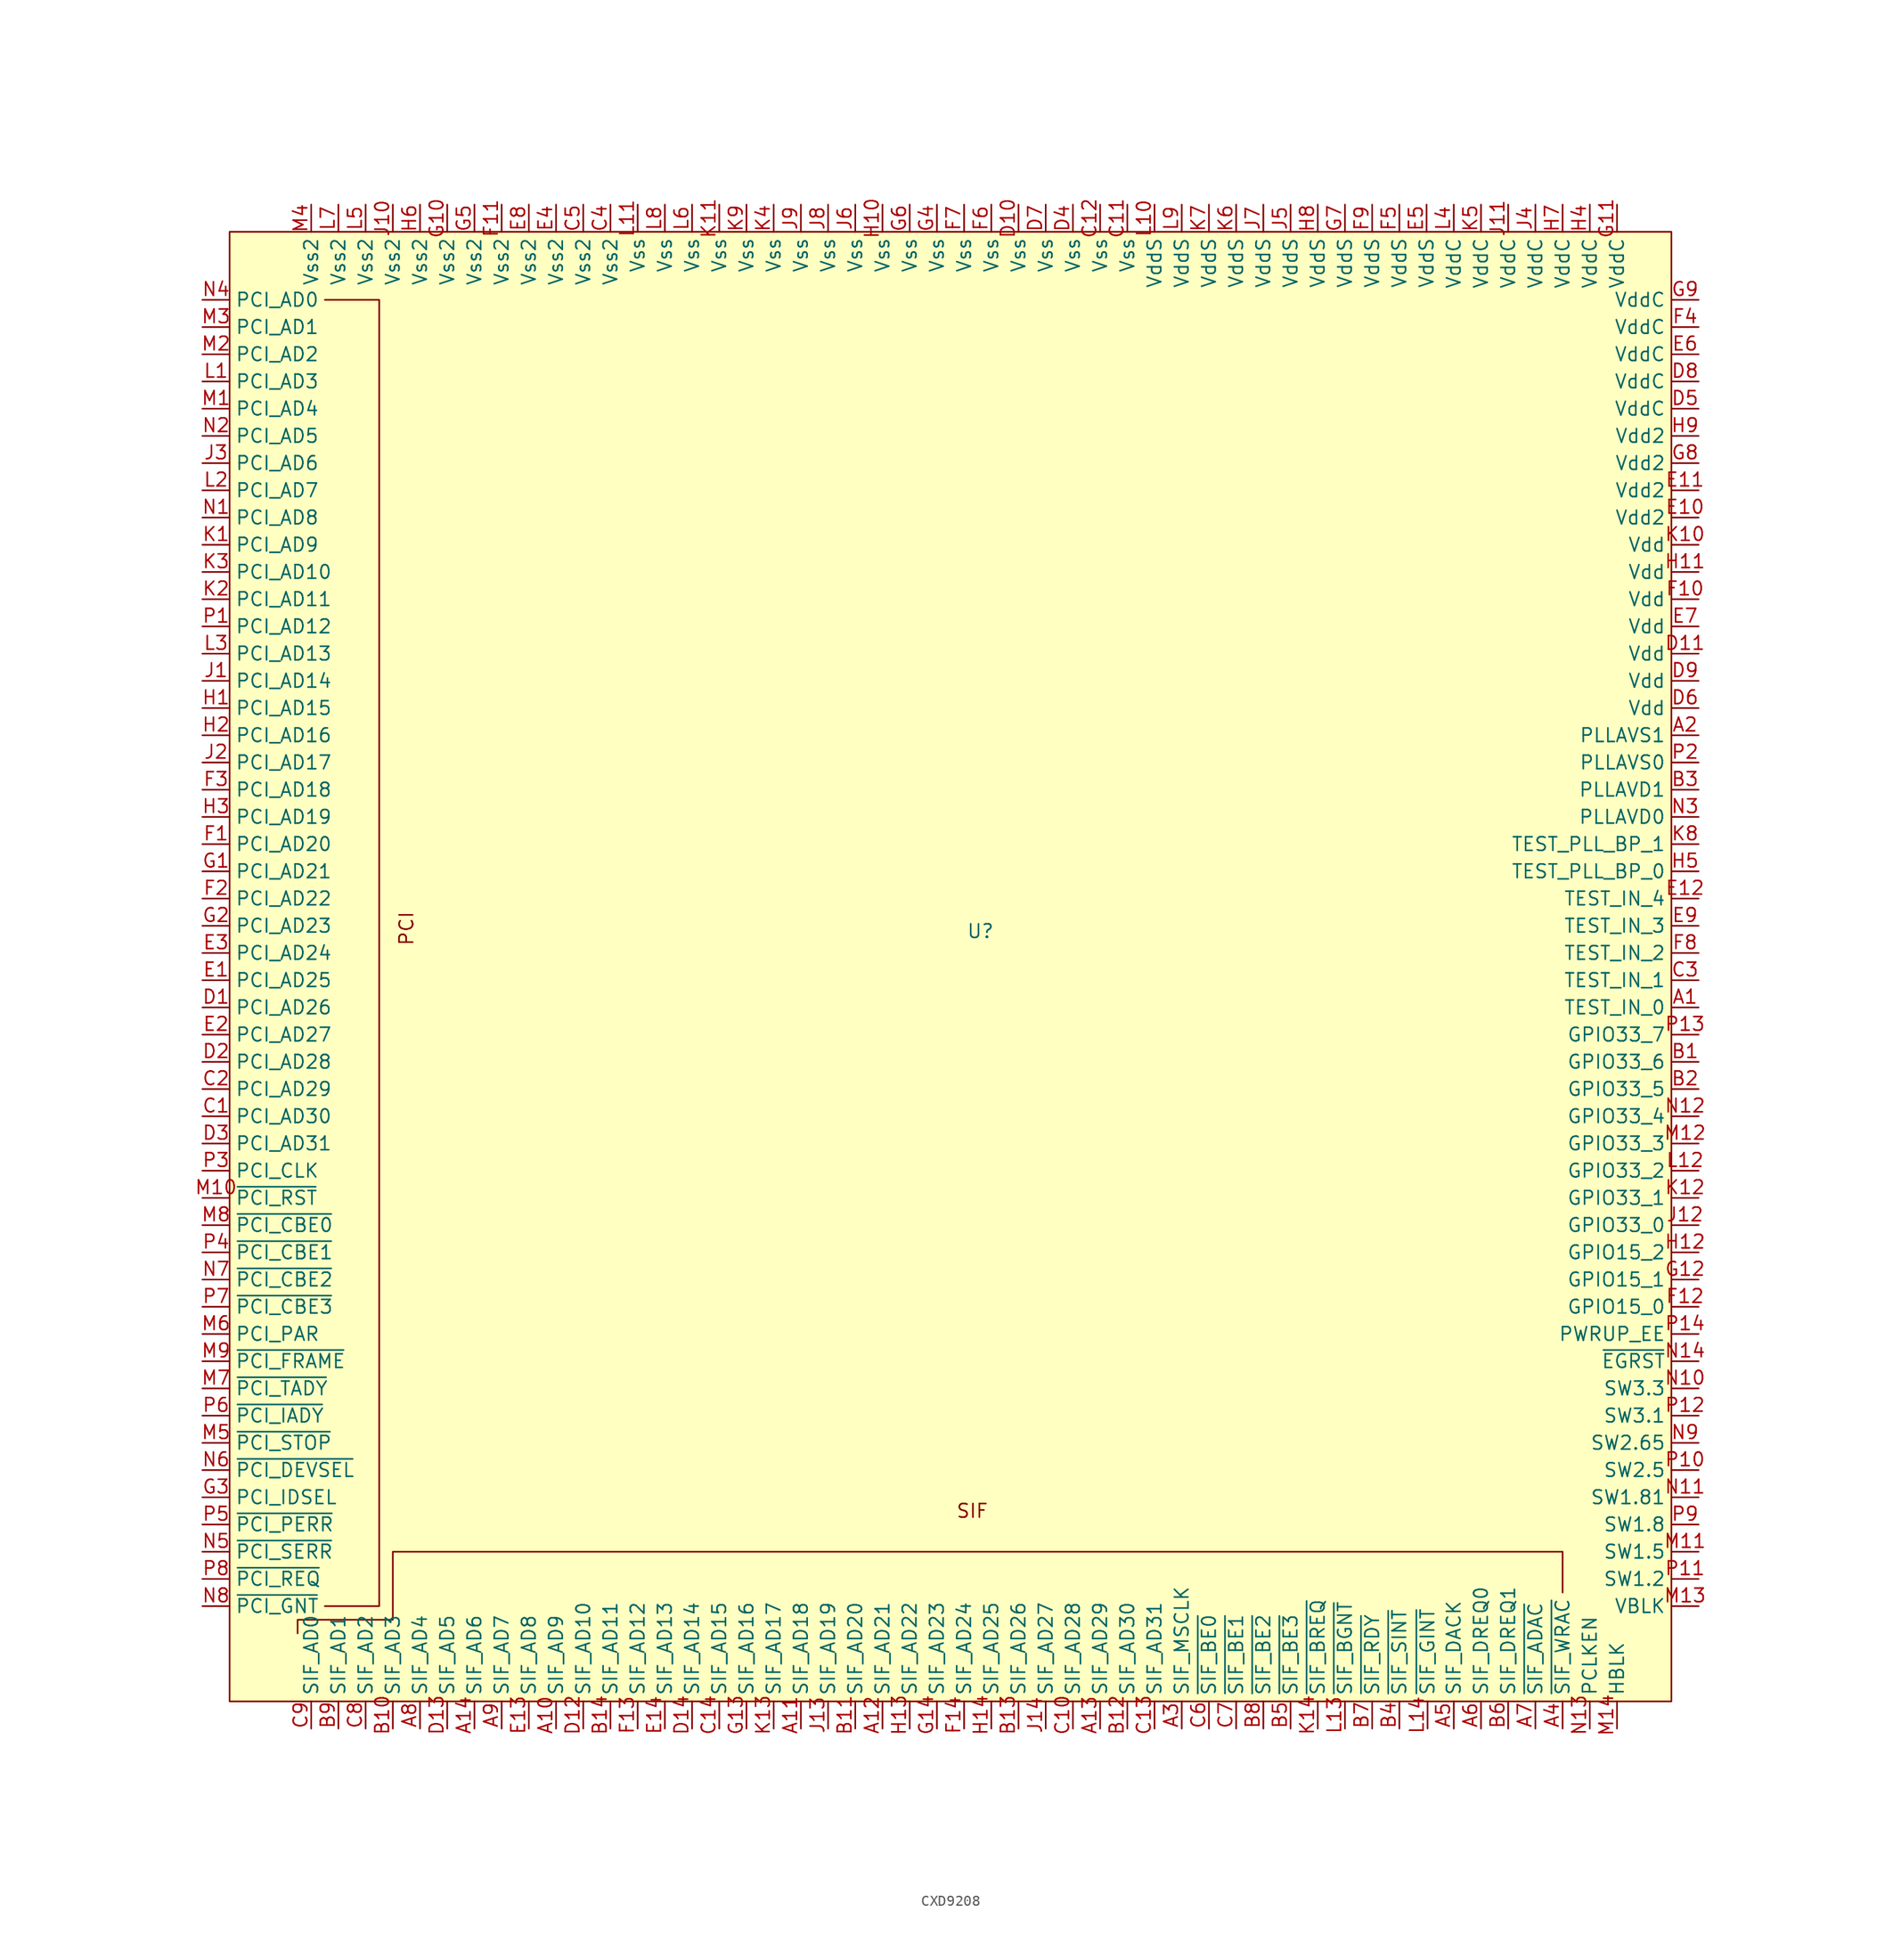
<source format=kicad_sym>
(kicad_symbol_lib
  (version 20231120)
  (generator "kicad_symbol_editor")
  (generator_version "8.0")
  (symbol "CXD9208"
    (property "Reference" "U"
      (at 0.254 -0.508 0)
      (effects (font (size 1.27 1.27))))
    (property "Value" ""
      (at -34.29 15.24 0)
      (effects (font (size 1.27 1.27))))
    (symbol "CXD9208_0_1"
      (polyline (pts (xy -60.96 58.42) (xy -55.88 58.42) (xy -55.88 -63.5) (xy -60.96 -63.5)) (stroke (width 0) (type default)) (fill (type none))))
    (symbol "CXD9208_1_1"
      (rectangle (start -69.85 64.77) (end 64.77 -72.39) (stroke (width 0) (type default)) (fill (type background)))
      (polyline (pts (xy -63.5 -66.04) (xy -63.5 -64.77) (xy -54.61 -64.77) (xy -54.61 -58.42) (xy 54.61 -58.42) (xy 54.61 -62.23)) (stroke (width 0) (type default)) (fill (type none)))
      (text "PCI" (at -53.34 -0.254 900) (effects (font (size 1.27 1.27))))
      (text "SIF" (at -0.508 -54.61 0) (effects (font (size 1.27 1.27))))
      (pin unspecified line (at 67.31 -7.62 180) (length 2.54) (name "TEST_IN_0" (effects (font (size 1.27 1.27)))) (number "A1" (effects (font (size 1.27 1.27)))))
      (pin bidirectional line (at -39.37 -74.93 90) (length 2.54) (name "SIF_AD9" (effects (font (size 1.27 1.27)))) (number "A10" (effects (font (size 1.27 1.27)))))
      (pin bidirectional line (at -16.51 -74.93 90) (length 2.54) (name "SIF_AD18" (effects (font (size 1.27 1.27)))) (number "A11" (effects (font (size 1.27 1.27)))))
      (pin bidirectional line (at -8.89 -74.93 90) (length 2.54) (name "SIF_AD21" (effects (font (size 1.27 1.27)))) (number "A12" (effects (font (size 1.27 1.27)))))
      (pin bidirectional line (at 11.43 -74.93 90) (length 2.54) (name "SIF_AD29" (effects (font (size 1.27 1.27)))) (number "A13" (effects (font (size 1.27 1.27)))))
      (pin bidirectional line (at -46.99 -74.93 90) (length 2.54) (name "SIF_AD6" (effects (font (size 1.27 1.27)))) (number "A14" (effects (font (size 1.27 1.27)))))
      (pin unspecified line (at 67.31 17.78 180) (length 2.54) (name "PLLAVS1" (effects (font (size 1.27 1.27)))) (number "A2" (effects (font (size 1.27 1.27)))))
      (pin unspecified line (at 19.05 -74.93 90) (length 2.54) (name "SIF_MSCLK" (effects (font (size 1.27 1.27)))) (number "A3" (effects (font (size 1.27 1.27)))))
      (pin unspecified line (at 54.61 -74.93 90) (length 2.54) (name "~{SIF_WRAC}" (effects (font (size 1.27 1.27)))) (number "A4" (effects (font (size 1.27 1.27)))))
      (pin unspecified line (at 44.45 -74.93 90) (length 2.54) (name "SIF_DACK" (effects (font (size 1.27 1.27)))) (number "A5" (effects (font (size 1.27 1.27)))))
      (pin unspecified line (at 46.99 -74.93 90) (length 2.54) (name "SIF_DREQ0" (effects (font (size 1.27 1.27)))) (number "A6" (effects (font (size 1.27 1.27)))))
      (pin unspecified line (at 52.07 -74.93 90) (length 2.54) (name "~{SIF_ADAC}" (effects (font (size 1.27 1.27)))) (number "A7" (effects (font (size 1.27 1.27)))))
      (pin bidirectional line (at -52.07 -74.93 90) (length 2.54) (name "SIF_AD4" (effects (font (size 1.27 1.27)))) (number "A8" (effects (font (size 1.27 1.27)))))
      (pin bidirectional line (at -44.45 -74.93 90) (length 2.54) (name "SIF_AD7" (effects (font (size 1.27 1.27)))) (number "A9" (effects (font (size 1.27 1.27)))))
      (pin unspecified line (at 67.31 -12.7 180) (length 2.54) (name "GPIO33_6" (effects (font (size 1.27 1.27)))) (number "B1" (effects (font (size 1.27 1.27)))))
      (pin bidirectional line (at -54.61 -74.93 90) (length 2.54) (name "SIF_AD3" (effects (font (size 1.27 1.27)))) (number "B10" (effects (font (size 1.27 1.27)))))
      (pin bidirectional line (at -11.43 -74.93 90) (length 2.54) (name "SIF_AD20" (effects (font (size 1.27 1.27)))) (number "B11" (effects (font (size 1.27 1.27)))))
      (pin bidirectional line (at 13.97 -74.93 90) (length 2.54) (name "SIF_AD30" (effects (font (size 1.27 1.27)))) (number "B12" (effects (font (size 1.27 1.27)))))
      (pin bidirectional line (at 3.81 -74.93 90) (length 2.54) (name "SIF_AD26" (effects (font (size 1.27 1.27)))) (number "B13" (effects (font (size 1.27 1.27)))))
      (pin bidirectional line (at -34.29 -74.93 90) (length 2.54) (name "SIF_AD11" (effects (font (size 1.27 1.27)))) (number "B14" (effects (font (size 1.27 1.27)))))
      (pin unspecified line (at 67.31 -15.24 180) (length 2.54) (name "GPIO33_5" (effects (font (size 1.27 1.27)))) (number "B2" (effects (font (size 1.27 1.27)))))
      (pin unspecified line (at 67.31 12.7 180) (length 2.54) (name "PLLAVD1" (effects (font (size 1.27 1.27)))) (number "B3" (effects (font (size 1.27 1.27)))))
      (pin unspecified line (at 39.37 -74.93 90) (length 2.54) (name "~{SIF_SINT}" (effects (font (size 1.27 1.27)))) (number "B4" (effects (font (size 1.27 1.27)))))
      (pin unspecified line (at 29.21 -74.93 90) (length 2.54) (name "~{SIF_BE3}" (effects (font (size 1.27 1.27)))) (number "B5" (effects (font (size 1.27 1.27)))))
      (pin unspecified line (at 49.53 -74.93 90) (length 2.54) (name "SIF_DREQ1" (effects (font (size 1.27 1.27)))) (number "B6" (effects (font (size 1.27 1.27)))))
      (pin unspecified line (at 36.83 -74.93 90) (length 2.54) (name "~{SIF_RDY}" (effects (font (size 1.27 1.27)))) (number "B7" (effects (font (size 1.27 1.27)))))
      (pin unspecified line (at 26.67 -74.93 90) (length 2.54) (name "~{SIF_BE2}" (effects (font (size 1.27 1.27)))) (number "B8" (effects (font (size 1.27 1.27)))))
      (pin bidirectional line (at -59.69 -74.93 90) (length 2.54) (name "SIF_AD1" (effects (font (size 1.27 1.27)))) (number "B9" (effects (font (size 1.27 1.27)))))
      (pin bidirectional line (at -72.39 -17.78 0) (length 2.54) (name "PCI_AD30" (effects (font (size 1.27 1.27)))) (number "C1" (effects (font (size 1.27 1.27)))))
      (pin bidirectional line (at 8.89 -74.93 90) (length 2.54) (name "SIF_AD28" (effects (font (size 1.27 1.27)))) (number "C10" (effects (font (size 1.27 1.27)))))
      (pin power_in line (at 13.97 67.31 270) (length 2.54) (name "Vss" (effects (font (size 1.27 1.27)))) (number "C11" (effects (font (size 1.27 1.27)))))
      (pin power_in line (at 11.43 67.31 270) (length 2.54) (name "Vss" (effects (font (size 1.27 1.27)))) (number "C12" (effects (font (size 1.27 1.27)))))
      (pin bidirectional line (at 16.51 -74.93 90) (length 2.54) (name "SIF_AD31" (effects (font (size 1.27 1.27)))) (number "C13" (effects (font (size 1.27 1.27)))))
      (pin bidirectional line (at -24.13 -74.93 90) (length 2.54) (name "SIF_AD15" (effects (font (size 1.27 1.27)))) (number "C14" (effects (font (size 1.27 1.27)))))
      (pin bidirectional line (at -72.39 -15.24 0) (length 2.54) (name "PCI_AD29" (effects (font (size 1.27 1.27)))) (number "C2" (effects (font (size 1.27 1.27)))))
      (pin unspecified line (at 67.31 -5.08 180) (length 2.54) (name "TEST_IN_1" (effects (font (size 1.27 1.27)))) (number "C3" (effects (font (size 1.27 1.27)))))
      (pin power_in line (at -34.29 67.31 270) (length 2.54) (name "Vss2" (effects (font (size 1.27 1.27)))) (number "C4" (effects (font (size 1.27 1.27)))))
      (pin power_in line (at -36.83 67.31 270) (length 2.54) (name "Vss2" (effects (font (size 1.27 1.27)))) (number "C5" (effects (font (size 1.27 1.27)))))
      (pin unspecified line (at 21.59 -74.93 90) (length 2.54) (name "~{SIF_BE0}" (effects (font (size 1.27 1.27)))) (number "C6" (effects (font (size 1.27 1.27)))))
      (pin unspecified line (at 24.13 -74.93 90) (length 2.54) (name "~{SIF_BE1}" (effects (font (size 1.27 1.27)))) (number "C7" (effects (font (size 1.27 1.27)))))
      (pin bidirectional line (at -57.15 -74.93 90) (length 2.54) (name "SIF_AD2" (effects (font (size 1.27 1.27)))) (number "C8" (effects (font (size 1.27 1.27)))))
      (pin bidirectional line (at -62.23 -74.93 90) (length 2.54) (name "SIF_AD0" (effects (font (size 1.27 1.27)))) (number "C9" (effects (font (size 1.27 1.27)))))
      (pin bidirectional line (at -72.39 -7.62 0) (length 2.54) (name "PCI_AD26" (effects (font (size 1.27 1.27)))) (number "D1" (effects (font (size 1.27 1.27)))))
      (pin power_in line (at 3.81 67.31 270) (length 2.54) (name "Vss" (effects (font (size 1.27 1.27)))) (number "D10" (effects (font (size 1.27 1.27)))))
      (pin power_in line (at 67.31 25.4 180) (length 2.54) (name "Vdd" (effects (font (size 1.27 1.27)))) (number "D11" (effects (font (size 1.27 1.27)))))
      (pin bidirectional line (at -36.83 -74.93 90) (length 2.54) (name "SIF_AD10" (effects (font (size 1.27 1.27)))) (number "D12" (effects (font (size 1.27 1.27)))))
      (pin bidirectional line (at -49.53 -74.93 90) (length 2.54) (name "SIF_AD5" (effects (font (size 1.27 1.27)))) (number "D13" (effects (font (size 1.27 1.27)))))
      (pin bidirectional line (at -26.67 -74.93 90) (length 2.54) (name "SIF_AD14" (effects (font (size 1.27 1.27)))) (number "D14" (effects (font (size 1.27 1.27)))))
      (pin bidirectional line (at -72.39 -12.7 0) (length 2.54) (name "PCI_AD28" (effects (font (size 1.27 1.27)))) (number "D2" (effects (font (size 1.27 1.27)))))
      (pin bidirectional line (at -72.39 -20.32 0) (length 2.54) (name "PCI_AD31" (effects (font (size 1.27 1.27)))) (number "D3" (effects (font (size 1.27 1.27)))))
      (pin power_in line (at 8.89 67.31 270) (length 2.54) (name "Vss" (effects (font (size 1.27 1.27)))) (number "D4" (effects (font (size 1.27 1.27)))))
      (pin power_in line (at 67.31 48.26 180) (length 2.54) (name "VddC" (effects (font (size 1.27 1.27)))) (number "D5" (effects (font (size 1.27 1.27)))))
      (pin power_in line (at 67.31 20.32 180) (length 2.54) (name "Vdd" (effects (font (size 1.27 1.27)))) (number "D6" (effects (font (size 1.27 1.27)))))
      (pin power_in line (at 6.35 67.31 270) (length 2.54) (name "Vss" (effects (font (size 1.27 1.27)))) (number "D7" (effects (font (size 1.27 1.27)))))
      (pin power_in line (at 67.31 50.8 180) (length 2.54) (name "VddC" (effects (font (size 1.27 1.27)))) (number "D8" (effects (font (size 1.27 1.27)))))
      (pin power_in line (at 67.31 22.86 180) (length 2.54) (name "Vdd" (effects (font (size 1.27 1.27)))) (number "D9" (effects (font (size 1.27 1.27)))))
      (pin bidirectional line (at -72.39 -5.08 0) (length 2.54) (name "PCI_AD25" (effects (font (size 1.27 1.27)))) (number "E1" (effects (font (size 1.27 1.27)))))
      (pin power_in line (at 67.31 38.1 180) (length 2.54) (name "Vdd2" (effects (font (size 1.27 1.27)))) (number "E10" (effects (font (size 1.27 1.27)))))
      (pin power_in line (at 67.31 40.64 180) (length 2.54) (name "Vdd2" (effects (font (size 1.27 1.27)))) (number "E11" (effects (font (size 1.27 1.27)))))
      (pin unspecified line (at 67.31 2.54 180) (length 2.54) (name "TEST_IN_4" (effects (font (size 1.27 1.27)))) (number "E12" (effects (font (size 1.27 1.27)))))
      (pin bidirectional line (at -41.91 -74.93 90) (length 2.54) (name "SIF_AD8" (effects (font (size 1.27 1.27)))) (number "E13" (effects (font (size 1.27 1.27)))))
      (pin bidirectional line (at -29.21 -74.93 90) (length 2.54) (name "SIF_AD13" (effects (font (size 1.27 1.27)))) (number "E14" (effects (font (size 1.27 1.27)))))
      (pin bidirectional line (at -72.39 -10.16 0) (length 2.54) (name "PCI_AD27" (effects (font (size 1.27 1.27)))) (number "E2" (effects (font (size 1.27 1.27)))))
      (pin bidirectional line (at -72.39 -2.54 0) (length 2.54) (name "PCI_AD24" (effects (font (size 1.27 1.27)))) (number "E3" (effects (font (size 1.27 1.27)))))
      (pin power_in line (at -39.37 67.31 270) (length 2.54) (name "Vss2" (effects (font (size 1.27 1.27)))) (number "E4" (effects (font (size 1.27 1.27)))))
      (pin power_in line (at 41.91 67.31 270) (length 2.54) (name "VddS" (effects (font (size 1.27 1.27)))) (number "E5" (effects (font (size 1.27 1.27)))))
      (pin power_in line (at 67.31 53.34 180) (length 2.54) (name "VddC" (effects (font (size 1.27 1.27)))) (number "E6" (effects (font (size 1.27 1.27)))))
      (pin power_in line (at 67.31 27.94 180) (length 2.54) (name "Vdd" (effects (font (size 1.27 1.27)))) (number "E7" (effects (font (size 1.27 1.27)))))
      (pin power_in line (at -41.91 67.31 270) (length 2.54) (name "Vss2" (effects (font (size 1.27 1.27)))) (number "E8" (effects (font (size 1.27 1.27)))))
      (pin unspecified line (at 67.31 0 180) (length 2.54) (name "TEST_IN_3" (effects (font (size 1.27 1.27)))) (number "E9" (effects (font (size 1.27 1.27)))))
      (pin bidirectional line (at -72.39 7.62 0) (length 2.54) (name "PCI_AD20" (effects (font (size 1.27 1.27)))) (number "F1" (effects (font (size 1.27 1.27)))))
      (pin power_in line (at 67.31 30.48 180) (length 2.54) (name "Vdd" (effects (font (size 1.27 1.27)))) (number "F10" (effects (font (size 1.27 1.27)))))
      (pin power_in line (at -44.45 67.31 270) (length 2.54) (name "Vss2" (effects (font (size 1.27 1.27)))) (number "F11" (effects (font (size 1.27 1.27)))))
      (pin unspecified line (at 67.31 -35.56 180) (length 2.54) (name "GPIO15_0" (effects (font (size 1.27 1.27)))) (number "F12" (effects (font (size 1.27 1.27)))))
      (pin bidirectional line (at -31.75 -74.93 90) (length 2.54) (name "SIF_AD12" (effects (font (size 1.27 1.27)))) (number "F13" (effects (font (size 1.27 1.27)))))
      (pin bidirectional line (at -1.27 -74.93 90) (length 2.54) (name "SIF_AD24" (effects (font (size 1.27 1.27)))) (number "F14" (effects (font (size 1.27 1.27)))))
      (pin bidirectional line (at -72.39 2.54 0) (length 2.54) (name "PCI_AD22" (effects (font (size 1.27 1.27)))) (number "F2" (effects (font (size 1.27 1.27)))))
      (pin bidirectional line (at -72.39 12.7 0) (length 2.54) (name "PCI_AD18" (effects (font (size 1.27 1.27)))) (number "F3" (effects (font (size 1.27 1.27)))))
      (pin power_in line (at 67.31 55.88 180) (length 2.54) (name "VddC" (effects (font (size 1.27 1.27)))) (number "F4" (effects (font (size 1.27 1.27)))))
      (pin power_in line (at 39.37 67.31 270) (length 2.54) (name "VddS" (effects (font (size 1.27 1.27)))) (number "F5" (effects (font (size 1.27 1.27)))))
      (pin power_in line (at 1.27 67.31 270) (length 2.54) (name "Vss" (effects (font (size 1.27 1.27)))) (number "F6" (effects (font (size 1.27 1.27)))))
      (pin power_in line (at -1.27 67.31 270) (length 2.54) (name "Vss" (effects (font (size 1.27 1.27)))) (number "F7" (effects (font (size 1.27 1.27)))))
      (pin unspecified line (at 67.31 -2.54 180) (length 2.54) (name "TEST_IN_2" (effects (font (size 1.27 1.27)))) (number "F8" (effects (font (size 1.27 1.27)))))
      (pin power_in line (at 36.83 67.31 270) (length 2.54) (name "VddS" (effects (font (size 1.27 1.27)))) (number "F9" (effects (font (size 1.27 1.27)))))
      (pin bidirectional line (at -72.39 5.08 0) (length 2.54) (name "PCI_AD21" (effects (font (size 1.27 1.27)))) (number "G1" (effects (font (size 1.27 1.27)))))
      (pin power_in line (at -49.53 67.31 270) (length 2.54) (name "Vss2" (effects (font (size 1.27 1.27)))) (number "G10" (effects (font (size 1.27 1.27)))))
      (pin power_in line (at 59.69 67.31 270) (length 2.54) (name "VddC" (effects (font (size 1.27 1.27)))) (number "G11" (effects (font (size 1.27 1.27)))))
      (pin unspecified line (at 67.31 -33.02 180) (length 2.54) (name "GPIO15_1" (effects (font (size 1.27 1.27)))) (number "G12" (effects (font (size 1.27 1.27)))))
      (pin bidirectional line (at -21.59 -74.93 90) (length 2.54) (name "SIF_AD16" (effects (font (size 1.27 1.27)))) (number "G13" (effects (font (size 1.27 1.27)))))
      (pin bidirectional line (at -3.81 -74.93 90) (length 2.54) (name "SIF_AD23" (effects (font (size 1.27 1.27)))) (number "G14" (effects (font (size 1.27 1.27)))))
      (pin bidirectional line (at -72.39 0 0) (length 2.54) (name "PCI_AD23" (effects (font (size 1.27 1.27)))) (number "G2" (effects (font (size 1.27 1.27)))))
      (pin unspecified line (at -72.39 -53.34 0) (length 2.54) (name "PCI_IDSEL" (effects (font (size 1.27 1.27)))) (number "G3" (effects (font (size 1.27 1.27)))))
      (pin power_in line (at -3.81 67.31 270) (length 2.54) (name "Vss" (effects (font (size 1.27 1.27)))) (number "G4" (effects (font (size 1.27 1.27)))))
      (pin power_in line (at -46.99 67.31 270) (length 2.54) (name "Vss2" (effects (font (size 1.27 1.27)))) (number "G5" (effects (font (size 1.27 1.27)))))
      (pin power_in line (at -6.35 67.31 270) (length 2.54) (name "Vss" (effects (font (size 1.27 1.27)))) (number "G6" (effects (font (size 1.27 1.27)))))
      (pin power_in line (at 34.29 67.31 270) (length 2.54) (name "VddS" (effects (font (size 1.27 1.27)))) (number "G7" (effects (font (size 1.27 1.27)))))
      (pin power_in line (at 67.31 43.18 180) (length 2.54) (name "Vdd2" (effects (font (size 1.27 1.27)))) (number "G8" (effects (font (size 1.27 1.27)))))
      (pin power_in line (at 67.31 58.42 180) (length 2.54) (name "VddC" (effects (font (size 1.27 1.27)))) (number "G9" (effects (font (size 1.27 1.27)))))
      (pin bidirectional line (at -72.39 20.32 0) (length 2.54) (name "PCI_AD15" (effects (font (size 1.27 1.27)))) (number "H1" (effects (font (size 1.27 1.27)))))
      (pin power_in line (at -8.89 67.31 270) (length 2.54) (name "Vss" (effects (font (size 1.27 1.27)))) (number "H10" (effects (font (size 1.27 1.27)))))
      (pin power_in line (at 67.31 33.02 180) (length 2.54) (name "Vdd" (effects (font (size 1.27 1.27)))) (number "H11" (effects (font (size 1.27 1.27)))))
      (pin unspecified line (at 67.31 -30.48 180) (length 2.54) (name "GPIO15_2" (effects (font (size 1.27 1.27)))) (number "H12" (effects (font (size 1.27 1.27)))))
      (pin bidirectional line (at -6.35 -74.93 90) (length 2.54) (name "SIF_AD22" (effects (font (size 1.27 1.27)))) (number "H13" (effects (font (size 1.27 1.27)))))
      (pin bidirectional line (at 1.27 -74.93 90) (length 2.54) (name "SIF_AD25" (effects (font (size 1.27 1.27)))) (number "H14" (effects (font (size 1.27 1.27)))))
      (pin bidirectional line (at -72.39 17.78 0) (length 2.54) (name "PCI_AD16" (effects (font (size 1.27 1.27)))) (number "H2" (effects (font (size 1.27 1.27)))))
      (pin bidirectional line (at -72.39 10.16 0) (length 2.54) (name "PCI_AD19" (effects (font (size 1.27 1.27)))) (number "H3" (effects (font (size 1.27 1.27)))))
      (pin power_in line (at 57.15 67.31 270) (length 2.54) (name "VddC" (effects (font (size 1.27 1.27)))) (number "H4" (effects (font (size 1.27 1.27)))))
      (pin unspecified line (at 67.31 5.08 180) (length 2.54) (name "TEST_PLL_BP_0" (effects (font (size 1.27 1.27)))) (number "H5" (effects (font (size 1.27 1.27)))))
      (pin power_in line (at -52.07 67.31 270) (length 2.54) (name "Vss2" (effects (font (size 1.27 1.27)))) (number "H6" (effects (font (size 1.27 1.27)))))
      (pin power_in line (at 54.61 67.31 270) (length 2.54) (name "VddC" (effects (font (size 1.27 1.27)))) (number "H7" (effects (font (size 1.27 1.27)))))
      (pin power_in line (at 31.75 67.31 270) (length 2.54) (name "VddS" (effects (font (size 1.27 1.27)))) (number "H8" (effects (font (size 1.27 1.27)))))
      (pin power_in line (at 67.31 45.72 180) (length 2.54) (name "Vdd2" (effects (font (size 1.27 1.27)))) (number "H9" (effects (font (size 1.27 1.27)))))
      (pin bidirectional line (at -72.39 22.86 0) (length 2.54) (name "PCI_AD14" (effects (font (size 1.27 1.27)))) (number "J1" (effects (font (size 1.27 1.27)))))
      (pin power_in line (at -54.61 67.31 270) (length 2.54) (name "Vss2" (effects (font (size 1.27 1.27)))) (number "J10" (effects (font (size 1.27 1.27)))))
      (pin power_in line (at 49.53 67.31 270) (length 2.54) (name "VddC" (effects (font (size 1.27 1.27)))) (number "J11" (effects (font (size 1.27 1.27)))))
      (pin unspecified line (at 67.31 -27.94 180) (length 2.54) (name "GPIO33_0" (effects (font (size 1.27 1.27)))) (number "J12" (effects (font (size 1.27 1.27)))))
      (pin bidirectional line (at -13.97 -74.93 90) (length 2.54) (name "SIF_AD19" (effects (font (size 1.27 1.27)))) (number "J13" (effects (font (size 1.27 1.27)))))
      (pin bidirectional line (at 6.35 -74.93 90) (length 2.54) (name "SIF_AD27" (effects (font (size 1.27 1.27)))) (number "J14" (effects (font (size 1.27 1.27)))))
      (pin bidirectional line (at -72.39 15.24 0) (length 2.54) (name "PCI_AD17" (effects (font (size 1.27 1.27)))) (number "J2" (effects (font (size 1.27 1.27)))))
      (pin bidirectional line (at -72.39 43.18 0) (length 2.54) (name "PCI_AD6" (effects (font (size 1.27 1.27)))) (number "J3" (effects (font (size 1.27 1.27)))))
      (pin power_in line (at 52.07 67.31 270) (length 2.54) (name "VddC" (effects (font (size 1.27 1.27)))) (number "J4" (effects (font (size 1.27 1.27)))))
      (pin power_in line (at 29.21 67.31 270) (length 2.54) (name "VddS" (effects (font (size 1.27 1.27)))) (number "J5" (effects (font (size 1.27 1.27)))))
      (pin power_in line (at -11.43 67.31 270) (length 2.54) (name "Vss" (effects (font (size 1.27 1.27)))) (number "J6" (effects (font (size 1.27 1.27)))))
      (pin power_in line (at 26.67 67.31 270) (length 2.54) (name "VddS" (effects (font (size 1.27 1.27)))) (number "J7" (effects (font (size 1.27 1.27)))))
      (pin power_in line (at -13.97 67.31 270) (length 2.54) (name "Vss" (effects (font (size 1.27 1.27)))) (number "J8" (effects (font (size 1.27 1.27)))))
      (pin power_in line (at -16.51 67.31 270) (length 2.54) (name "Vss" (effects (font (size 1.27 1.27)))) (number "J9" (effects (font (size 1.27 1.27)))))
      (pin bidirectional line (at -72.39 35.56 0) (length 2.54) (name "PCI_AD9" (effects (font (size 1.27 1.27)))) (number "K1" (effects (font (size 1.27 1.27)))))
      (pin power_in line (at 67.31 35.56 180) (length 2.54) (name "Vdd" (effects (font (size 1.27 1.27)))) (number "K10" (effects (font (size 1.27 1.27)))))
      (pin power_in line (at -24.13 67.31 270) (length 2.54) (name "Vss" (effects (font (size 1.27 1.27)))) (number "K11" (effects (font (size 1.27 1.27)))))
      (pin unspecified line (at 67.31 -25.4 180) (length 2.54) (name "GPIO33_1" (effects (font (size 1.27 1.27)))) (number "K12" (effects (font (size 1.27 1.27)))))
      (pin bidirectional line (at -19.05 -74.93 90) (length 2.54) (name "SIF_AD17" (effects (font (size 1.27 1.27)))) (number "K13" (effects (font (size 1.27 1.27)))))
      (pin unspecified line (at 31.75 -74.93 90) (length 2.54) (name "~{SIF_BREQ}" (effects (font (size 1.27 1.27)))) (number "K14" (effects (font (size 1.27 1.27)))))
      (pin bidirectional line (at -72.39 30.48 0) (length 2.54) (name "PCI_AD11" (effects (font (size 1.27 1.27)))) (number "K2" (effects (font (size 1.27 1.27)))))
      (pin bidirectional line (at -72.39 33.02 0) (length 2.54) (name "PCI_AD10" (effects (font (size 1.27 1.27)))) (number "K3" (effects (font (size 1.27 1.27)))))
      (pin power_in line (at -19.05 67.31 270) (length 2.54) (name "Vss" (effects (font (size 1.27 1.27)))) (number "K4" (effects (font (size 1.27 1.27)))))
      (pin power_in line (at 46.99 67.31 270) (length 2.54) (name "VddC" (effects (font (size 1.27 1.27)))) (number "K5" (effects (font (size 1.27 1.27)))))
      (pin power_in line (at 24.13 67.31 270) (length 2.54) (name "VddS" (effects (font (size 1.27 1.27)))) (number "K6" (effects (font (size 1.27 1.27)))))
      (pin power_in line (at 21.59 67.31 270) (length 2.54) (name "VddS" (effects (font (size 1.27 1.27)))) (number "K7" (effects (font (size 1.27 1.27)))))
      (pin unspecified line (at 67.31 7.62 180) (length 2.54) (name "TEST_PLL_BP_1" (effects (font (size 1.27 1.27)))) (number "K8" (effects (font (size 1.27 1.27)))))
      (pin power_in line (at -21.59 67.31 270) (length 2.54) (name "Vss" (effects (font (size 1.27 1.27)))) (number "K9" (effects (font (size 1.27 1.27)))))
      (pin bidirectional line (at -72.39 50.8 0) (length 2.54) (name "PCI_AD3" (effects (font (size 1.27 1.27)))) (number "L1" (effects (font (size 1.27 1.27)))))
      (pin power_in line (at 16.51 67.31 270) (length 2.54) (name "VddS" (effects (font (size 1.27 1.27)))) (number "L10" (effects (font (size 1.27 1.27)))))
      (pin power_in line (at -31.75 67.31 270) (length 2.54) (name "Vss" (effects (font (size 1.27 1.27)))) (number "L11" (effects (font (size 1.27 1.27)))))
      (pin unspecified line (at 67.31 -22.86 180) (length 2.54) (name "GPIO33_2" (effects (font (size 1.27 1.27)))) (number "L12" (effects (font (size 1.27 1.27)))))
      (pin unspecified line (at 34.29 -74.93 90) (length 2.54) (name "~{SIF_BGNT}" (effects (font (size 1.27 1.27)))) (number "L13" (effects (font (size 1.27 1.27)))))
      (pin unspecified line (at 42.001 -74.924 90) (length 2.54) (name "~{SIF_GINT}" (effects (font (size 1.27 1.27)))) (number "L14" (effects (font (size 1.27 1.27)))))
      (pin bidirectional line (at -72.39 40.64 0) (length 2.54) (name "PCI_AD7" (effects (font (size 1.27 1.27)))) (number "L2" (effects (font (size 1.27 1.27)))))
      (pin bidirectional line (at -72.39 25.4 0) (length 2.54) (name "PCI_AD13" (effects (font (size 1.27 1.27)))) (number "L3" (effects (font (size 1.27 1.27)))))
      (pin power_in line (at 44.45 67.31 270) (length 2.54) (name "VddC" (effects (font (size 1.27 1.27)))) (number "L4" (effects (font (size 1.27 1.27)))))
      (pin power_in line (at -57.15 67.31 270) (length 2.54) (name "Vss2" (effects (font (size 1.27 1.27)))) (number "L5" (effects (font (size 1.27 1.27)))))
      (pin power_in line (at -26.67 67.31 270) (length 2.54) (name "Vss" (effects (font (size 1.27 1.27)))) (number "L6" (effects (font (size 1.27 1.27)))))
      (pin power_in line (at -59.69 67.31 270) (length 2.54) (name "Vss2" (effects (font (size 1.27 1.27)))) (number "L7" (effects (font (size 1.27 1.27)))))
      (pin power_in line (at -29.21 67.31 270) (length 2.54) (name "Vss" (effects (font (size 1.27 1.27)))) (number "L8" (effects (font (size 1.27 1.27)))))
      (pin power_in line (at 19.05 67.31 270) (length 2.54) (name "VddS" (effects (font (size 1.27 1.27)))) (number "L9" (effects (font (size 1.27 1.27)))))
      (pin bidirectional line (at -72.39 48.26 0) (length 2.54) (name "PCI_AD4" (effects (font (size 1.27 1.27)))) (number "M1" (effects (font (size 1.27 1.27)))))
      (pin unspecified line (at -72.39 -25.4 0) (length 2.54) (name "~{PCI_RST}" (effects (font (size 1.27 1.27)))) (number "M10" (effects (font (size 1.27 1.27)))))
      (pin unspecified line (at 67.31 -58.42 180) (length 2.54) (name "SW1.5" (effects (font (size 1.27 1.27)))) (number "M11" (effects (font (size 1.27 1.27)))))
      (pin unspecified line (at 67.31 -20.32 180) (length 2.54) (name "GPIO33_3" (effects (font (size 1.27 1.27)))) (number "M12" (effects (font (size 1.27 1.27)))))
      (pin unspecified line (at 67.31 -63.5 180) (length 2.54) (name "VBLK" (effects (font (size 1.27 1.27)))) (number "M13" (effects (font (size 1.27 1.27)))))
      (pin unspecified line (at 59.69 -74.93 90) (length 2.54) (name "HBLK" (effects (font (size 1.27 1.27)))) (number "M14" (effects (font (size 1.27 1.27)))))
      (pin bidirectional line (at -72.39 53.34 0) (length 2.54) (name "PCI_AD2" (effects (font (size 1.27 1.27)))) (number "M2" (effects (font (size 1.27 1.27)))))
      (pin bidirectional line (at -72.39 55.88 0) (length 2.54) (name "PCI_AD1" (effects (font (size 1.27 1.27)))) (number "M3" (effects (font (size 1.27 1.27)))))
      (pin power_in line (at -62.23 67.31 270) (length 2.54) (name "Vss2" (effects (font (size 1.27 1.27)))) (number "M4" (effects (font (size 1.27 1.27)))))
      (pin unspecified line (at -72.39 -48.26 0) (length 2.54) (name "~{PCI_STOP}" (effects (font (size 1.27 1.27)))) (number "M5" (effects (font (size 1.27 1.27)))))
      (pin unspecified line (at -72.39 -38.1 0) (length 2.54) (name "PCI_PAR" (effects (font (size 1.27 1.27)))) (number "M6" (effects (font (size 1.27 1.27)))))
      (pin unspecified line (at -72.39 -43.18 0) (length 2.54) (name "~{PCI_TADY}" (effects (font (size 1.27 1.27)))) (number "M7" (effects (font (size 1.27 1.27)))))
      (pin unspecified line (at -72.39 -27.94 0) (length 2.54) (name "~{PCI_CBE0}" (effects (font (size 1.27 1.27)))) (number "M8" (effects (font (size 1.27 1.27)))))
      (pin unspecified line (at -72.39 -40.64 0) (length 2.54) (name "~{PCI_FRAME}" (effects (font (size 1.27 1.27)))) (number "M9" (effects (font (size 1.27 1.27)))))
      (pin bidirectional line (at -72.39 38.1 0) (length 2.54) (name "PCI_AD8" (effects (font (size 1.27 1.27)))) (number "N1" (effects (font (size 1.27 1.27)))))
      (pin unspecified line (at 67.31 -43.18 180) (length 2.54) (name "SW3.3" (effects (font (size 1.27 1.27)))) (number "N10" (effects (font (size 1.27 1.27)))))
      (pin unspecified line (at 67.31 -53.34 180) (length 2.54) (name "SW1.81" (effects (font (size 1.27 1.27)))) (number "N11" (effects (font (size 1.27 1.27)))))
      (pin unspecified line (at 67.31 -17.78 180) (length 2.54) (name "GPIO33_4" (effects (font (size 1.27 1.27)))) (number "N12" (effects (font (size 1.27 1.27)))))
      (pin unspecified line (at 57.15 -74.93 90) (length 2.54) (name "PCLKEN" (effects (font (size 1.27 1.27)))) (number "N13" (effects (font (size 1.27 1.27)))))
      (pin unspecified line (at 67.31 -40.64 180) (length 2.54) (name "~{EGRST}" (effects (font (size 1.27 1.27)))) (number "N14" (effects (font (size 1.27 1.27)))))
      (pin bidirectional line (at -72.39 45.72 0) (length 2.54) (name "PCI_AD5" (effects (font (size 1.27 1.27)))) (number "N2" (effects (font (size 1.27 1.27)))))
      (pin unspecified line (at 67.31 10.16 180) (length 2.54) (name "PLLAVD0" (effects (font (size 1.27 1.27)))) (number "N3" (effects (font (size 1.27 1.27)))))
      (pin bidirectional line (at -72.39 58.42 0) (length 2.54) (name "PCI_AD0" (effects (font (size 1.27 1.27)))) (number "N4" (effects (font (size 1.27 1.27)))))
      (pin unspecified line (at -72.39 -58.42 0) (length 2.54) (name "~{PCI_SERR}" (effects (font (size 1.27 1.27)))) (number "N5" (effects (font (size 1.27 1.27)))))
      (pin unspecified line (at -72.39 -50.8 0) (length 2.54) (name "~{PCI_DEVSEL}" (effects (font (size 1.27 1.27)))) (number "N6" (effects (font (size 1.27 1.27)))))
      (pin unspecified line (at -72.39 -33.02 0) (length 2.54) (name "~{PCI_CBE2}" (effects (font (size 1.27 1.27)))) (number "N7" (effects (font (size 1.27 1.27)))))
      (pin unspecified line (at -72.39 -63.5 0) (length 2.54) (name "~{PCI_GNT}" (effects (font (size 1.27 1.27)))) (number "N8" (effects (font (size 1.27 1.27)))))
      (pin unspecified line (at 67.31 -48.26 180) (length 2.54) (name "SW2.65" (effects (font (size 1.27 1.27)))) (number "N9" (effects (font (size 1.27 1.27)))))
      (pin bidirectional line (at -72.39 27.94 0) (length 2.54) (name "PCI_AD12" (effects (font (size 1.27 1.27)))) (number "P1" (effects (font (size 1.27 1.27)))))
      (pin unspecified line (at 67.31 -50.8 180) (length 2.54) (name "SW2.5" (effects (font (size 1.27 1.27)))) (number "P10" (effects (font (size 1.27 1.27)))))
      (pin unspecified line (at 67.31 -60.96 180) (length 2.54) (name "SW1.2" (effects (font (size 1.27 1.27)))) (number "P11" (effects (font (size 1.27 1.27)))))
      (pin unspecified line (at 67.31 -45.72 180) (length 2.54) (name "SW3.1" (effects (font (size 1.27 1.27)))) (number "P12" (effects (font (size 1.27 1.27)))))
      (pin unspecified line (at 67.31 -10.16 180) (length 2.54) (name "GPIO33_7" (effects (font (size 1.27 1.27)))) (number "P13" (effects (font (size 1.27 1.27)))))
      (pin unspecified line (at 67.31 -38.1 180) (length 2.54) (name "PWRUP_EE" (effects (font (size 1.27 1.27)))) (number "P14" (effects (font (size 1.27 1.27)))))
      (pin unspecified line (at 67.31 15.24 180) (length 2.54) (name "PLLAVS0" (effects (font (size 1.27 1.27)))) (number "P2" (effects (font (size 1.27 1.27)))))
      (pin unspecified line (at -72.39 -22.86 0) (length 2.54) (name "PCI_CLK" (effects (font (size 1.27 1.27)))) (number "P3" (effects (font (size 1.27 1.27)))))
      (pin unspecified line (at -72.39 -30.48 0) (length 2.54) (name "~{PCI_CBE1}" (effects (font (size 1.27 1.27)))) (number "P4" (effects (font (size 1.27 1.27)))))
      (pin unspecified line (at -72.39 -55.88 0) (length 2.54) (name "~{PCI_PERR}" (effects (font (size 1.27 1.27)))) (number "P5" (effects (font (size 1.27 1.27)))))
      (pin unspecified line (at -72.39 -45.72 0) (length 2.54) (name "~{PCI_IADY}" (effects (font (size 1.27 1.27)))) (number "P6" (effects (font (size 1.27 1.27)))))
      (pin unspecified line (at -72.39 -35.56 0) (length 2.54) (name "~{PCI_CBE3}" (effects (font (size 1.27 1.27)))) (number "P7" (effects (font (size 1.27 1.27)))))
      (pin unspecified line (at -72.39 -60.96 0) (length 2.54) (name "~{PCI_REQ}" (effects (font (size 1.27 1.27)))) (number "P8" (effects (font (size 1.27 1.27)))))
      (pin unspecified line (at 67.31 -55.88 180) (length 2.54) (name "SW1.8" (effects (font (size 1.27 1.27)))) (number "P9" (effects (font (size 1.27 1.27))))))))
</source>
